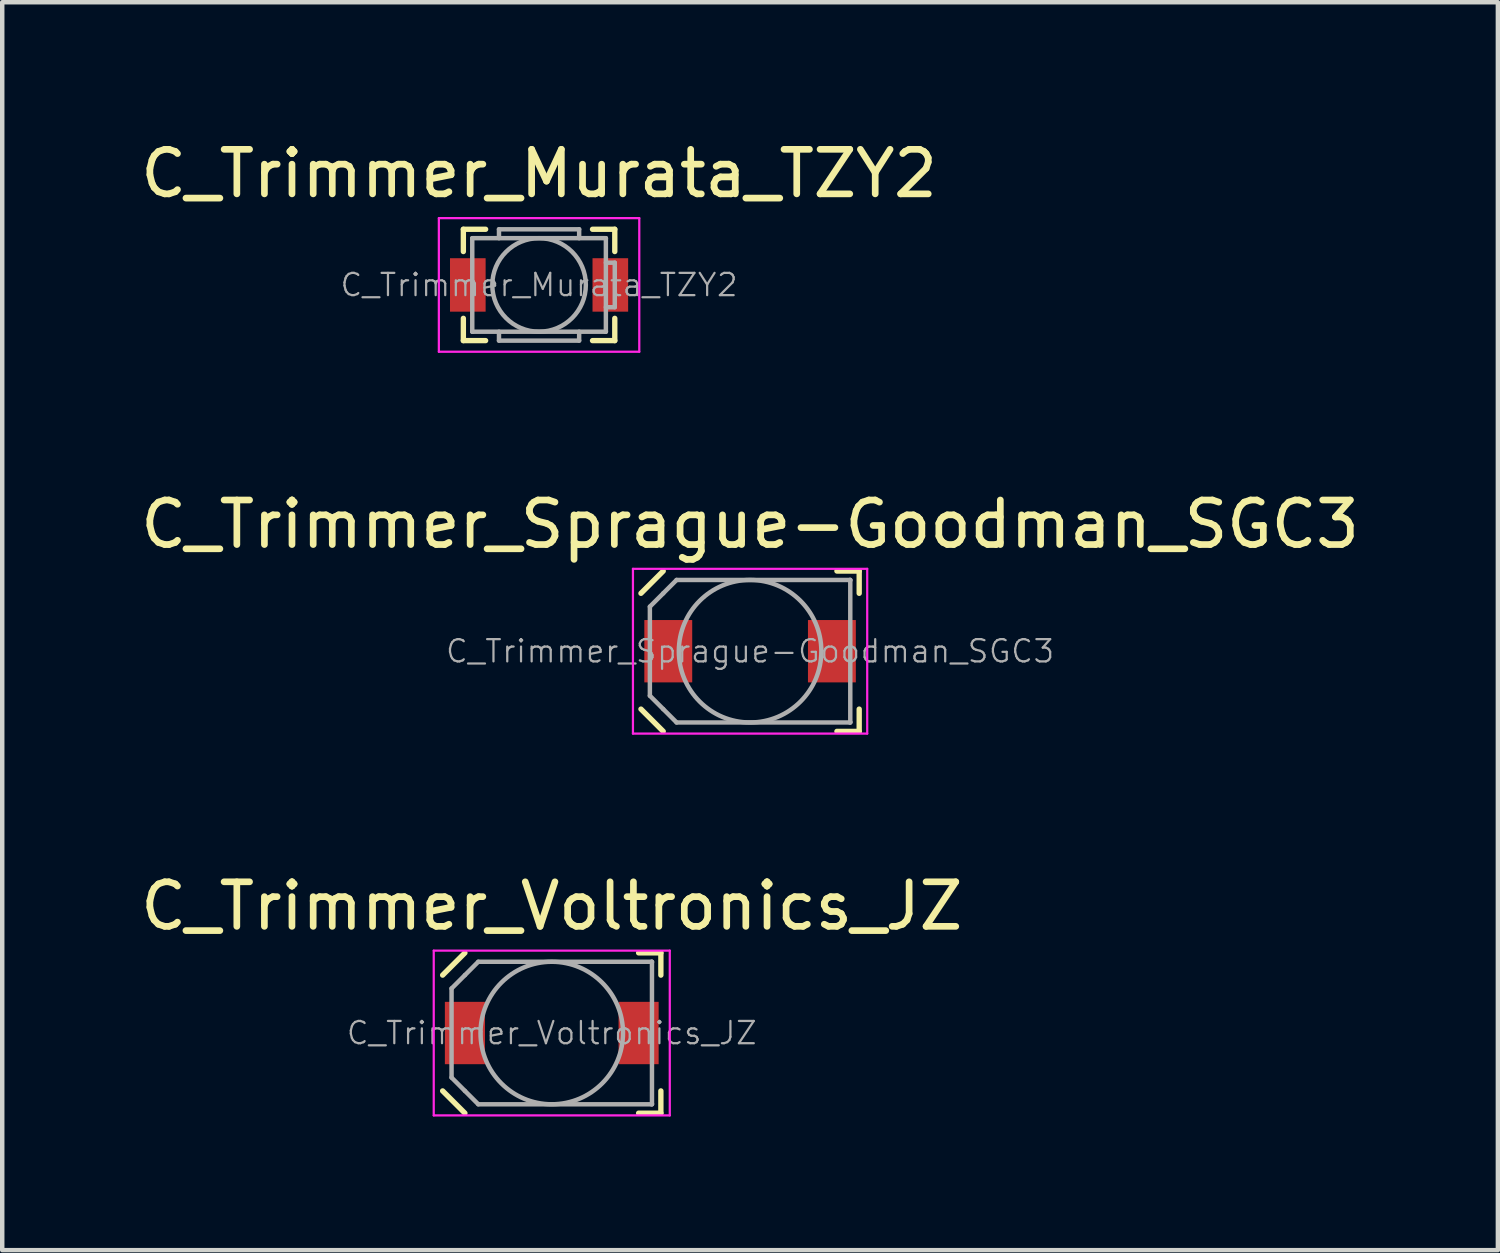
<source format=kicad_pcb>
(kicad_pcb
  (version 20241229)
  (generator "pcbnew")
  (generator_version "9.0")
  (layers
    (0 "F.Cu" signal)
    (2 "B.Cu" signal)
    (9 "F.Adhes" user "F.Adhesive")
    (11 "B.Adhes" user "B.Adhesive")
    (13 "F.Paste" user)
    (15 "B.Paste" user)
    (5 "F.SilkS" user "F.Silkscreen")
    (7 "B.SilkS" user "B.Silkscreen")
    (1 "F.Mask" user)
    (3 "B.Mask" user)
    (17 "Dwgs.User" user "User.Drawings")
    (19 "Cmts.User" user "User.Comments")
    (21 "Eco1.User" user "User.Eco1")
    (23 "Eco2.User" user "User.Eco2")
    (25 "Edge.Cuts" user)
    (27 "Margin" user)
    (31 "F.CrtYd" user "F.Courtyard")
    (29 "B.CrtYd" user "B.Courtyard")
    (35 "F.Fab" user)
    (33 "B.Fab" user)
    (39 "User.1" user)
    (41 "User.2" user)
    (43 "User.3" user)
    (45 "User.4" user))
  (footprint "C_Trimmer_Voltronics_JZ"
    (layer "F.Cu")
    (at 9.339 20.145)
    (property "Reference" "C_Trimmer_Voltronics_JZ" (at 0 -2.85 0) (layer "F.SilkS") (effects (font (size 1 1) (thickness 0.15))))
    (attr smd)
    (fp_line (start -2.45 -1.3) (end -1.95 -1.8) (stroke (width 0.12) (type solid)) (layer "F.SilkS"))
    (fp_line (start -2.45 1.3) (end -1.95 1.8) (stroke (width 0.12) (type solid)) (layer "F.SilkS"))
    (fp_line (start 2.45 -1.8) (end 1.95 -1.8) (stroke (width 0.12) (type solid)) (layer "F.SilkS"))
    (fp_line (start 2.45 -1.8) (end 2.45 -1.3) (stroke (width 0.12) (type solid)) (layer "F.SilkS"))
    (fp_line (start 2.45 1.8) (end 1.95 1.8) (stroke (width 0.12) (type solid)) (layer "F.SilkS"))
    (fp_line (start 2.45 1.8) (end 2.45 1.3) (stroke (width 0.12) (type solid)) (layer "F.SilkS"))
    (fp_line (start -2.65 -1.85) (end -2.65 1.85) (stroke (width 0.05) (type solid)) (layer "F.CrtYd"))
    (fp_line (start -2.65 1.85) (end 2.65 1.85) (stroke (width 0.05) (type solid)) (layer "F.CrtYd"))
    (fp_line (start 2.65 -1.85) (end -2.65 -1.85) (stroke (width 0.05) (type solid)) (layer "F.CrtYd"))
    (fp_line (start 2.65 1.85) (end 2.65 -1.85) (stroke (width 0.05) (type solid)) (layer "F.CrtYd"))
    (fp_line (start -2.25 -1) (end -1.95 -1.3) (stroke (width 0.1) (type solid)) (layer "F.Fab"))
    (fp_line (start -2.25 1) (end -2.25 -1) (stroke (width 0.1) (type solid)) (layer "F.Fab"))
    (fp_line (start -1.95 -1.3) (end -1.65 -1.6) (stroke (width 0.1) (type solid)) (layer "F.Fab"))
    (fp_line (start -1.95 1.3) (end -2.25 1) (stroke (width 0.1) (type solid)) (layer "F.Fab"))
    (fp_line (start -1.65 -1.6) (end 2.24 -1.6) (stroke (width 0.1) (type solid)) (layer "F.Fab"))
    (fp_line (start -1.65 1.6) (end -1.95 1.3) (stroke (width 0.1) (type solid)) (layer "F.Fab"))
    (fp_line (start 2.24 -1.6) (end 2.25 -1.6) (stroke (width 0.1) (type solid)) (layer "F.Fab"))
    (fp_line (start 2.24 1.6) (end -1.65 1.6) (stroke (width 0.1) (type solid)) (layer "F.Fab"))
    (fp_line (start 2.25 -1.6) (end 2.25 -1.59) (stroke (width 0.1) (type solid)) (layer "F.Fab"))
    (fp_line (start 2.25 -1.59) (end 2.25 1.59) (stroke (width 0.1) (type solid)) (layer "F.Fab"))
    (fp_line (start 2.25 1.59) (end 2.25 1.6) (stroke (width 0.1) (type solid)) (layer "F.Fab"))
    (fp_line (start 2.25 1.6) (end 2.24 1.6) (stroke (width 0.1) (type solid)) (layer "F.Fab"))
    (fp_circle (center 0 0) (end 1.6 0) (stroke (width 0.1) (type solid)) (fill no) (layer "F.Fab"))
    (fp_text user "${REFERENCE}" (at 0 0 0) (layer "F.Fab") (effects (font (size 0.5 0.5) (thickness 0.05))))
    (pad "1" smd rect (at -1.95 0) (size 0.9 1.4) (layers "F.Cu" "F.Mask" "F.Paste"))
    (pad "2" smd rect (at 1.95 0) (size 0.9 1.4) (layers "F.Cu" "F.Mask" "F.Paste")))
  (footprint "C_Trimmer_Murata_TZY2"
    (layer "F.Cu")
    (at 9.054 3.348)
    (property "Reference" "C_Trimmer_Murata_TZY2" (at 0 -2.5 0) (layer "F.SilkS") (effects (font (size 1 1) (thickness 0.15))))
    (attr smd)
    (fp_line (start -1.7 -1.25) (end -1.7 -0.75) (stroke (width 0.12) (type solid)) (layer "F.SilkS"))
    (fp_line (start -1.7 -1.25) (end -1.2 -1.25) (stroke (width 0.12) (type solid)) (layer "F.SilkS"))
    (fp_line (start -1.7 1.25) (end -1.7 0.75) (stroke (width 0.12) (type solid)) (layer "F.SilkS"))
    (fp_line (start -1.7 1.25) (end -1.2 1.25) (stroke (width 0.12) (type solid)) (layer "F.SilkS"))
    (fp_line (start 1.7 -1.25) (end 1.2 -1.25) (stroke (width 0.12) (type solid)) (layer "F.SilkS"))
    (fp_line (start 1.7 -1.25) (end 1.7 -0.75) (stroke (width 0.12) (type solid)) (layer "F.SilkS"))
    (fp_line (start 1.7 1.25) (end 1.2 1.25) (stroke (width 0.12) (type solid)) (layer "F.SilkS"))
    (fp_line (start 1.7 1.25) (end 1.7 0.75) (stroke (width 0.12) (type solid)) (layer "F.SilkS"))
    (fp_line (start -2.25 -1.5) (end -2.25 1.5) (stroke (width 0.05) (type solid)) (layer "F.CrtYd"))
    (fp_line (start -2.25 1.5) (end 2.25 1.5) (stroke (width 0.05) (type solid)) (layer "F.CrtYd"))
    (fp_line (start 2.25 -1.5) (end -2.25 -1.5) (stroke (width 0.05) (type solid)) (layer "F.CrtYd"))
    (fp_line (start 2.25 1.5) (end 2.25 -1.5) (stroke (width 0.05) (type solid)) (layer "F.CrtYd"))
    (fp_line (start -1.5 -1.05) (end -1.49 -1.05) (stroke (width 0.1) (type solid)) (layer "F.Fab"))
    (fp_line (start -1.5 -1.04) (end -1.5 -1.05) (stroke (width 0.1) (type solid)) (layer "F.Fab"))
    (fp_line (start -1.5 1.04) (end -1.5 -1.04) (stroke (width 0.1) (type solid)) (layer "F.Fab"))
    (fp_line (start -1.5 1.05) (end -1.5 1.04) (stroke (width 0.1) (type solid)) (layer "F.Fab"))
    (fp_line (start -1.49 -1.05) (end 1.49 -1.05) (stroke (width 0.1) (type solid)) (layer "F.Fab"))
    (fp_line (start -1.49 1.05) (end -1.5 1.05) (stroke (width 0.1) (type solid)) (layer "F.Fab"))
    (fp_line (start -0.9 -1.25) (end 0.9 -1.25) (stroke (width 0.1) (type solid)) (layer "F.Fab"))
    (fp_line (start -0.9 -1.05) (end -0.9 -1.25) (stroke (width 0.1) (type solid)) (layer "F.Fab"))
    (fp_line (start -0.9 1.05) (end -0.9 1.25) (stroke (width 0.1) (type solid)) (layer "F.Fab"))
    (fp_line (start -0.9 1.25) (end 0.9 1.25) (stroke (width 0.1) (type solid)) (layer "F.Fab"))
    (fp_line (start 0.9 -1.25) (end 0.9 -1.05) (stroke (width 0.1) (type solid)) (layer "F.Fab"))
    (fp_line (start 0.9 1.25) (end 0.9 1.05) (stroke (width 0.1) (type solid)) (layer "F.Fab"))
    (fp_line (start 1.49 -1.05) (end 1.5 -1.05) (stroke (width 0.1) (type solid)) (layer "F.Fab"))
    (fp_line (start 1.49 1.05) (end -1.49 1.05) (stroke (width 0.1) (type solid)) (layer "F.Fab"))
    (fp_line (start 1.5 -1.05) (end 1.5 -1.04) (stroke (width 0.1) (type solid)) (layer "F.Fab"))
    (fp_line (start 1.5 -1.04) (end 1.5 1.04) (stroke (width 0.1) (type solid)) (layer "F.Fab"))
    (fp_line (start 1.5 -0.5) (end 1.7 -0.5) (stroke (width 0.1) (type solid)) (layer "F.Fab"))
    (fp_line (start 1.5 1.04) (end 1.5 1.05) (stroke (width 0.1) (type solid)) (layer "F.Fab"))
    (fp_line (start 1.5 1.05) (end 1.49 1.05) (stroke (width 0.1) (type solid)) (layer "F.Fab"))
    (fp_line (start 1.7 -0.5) (end 1.7 0.5) (stroke (width 0.1) (type solid)) (layer "F.Fab"))
    (fp_line (start 1.7 0.5) (end 1.5 0.5) (stroke (width 0.1) (type solid)) (layer "F.Fab"))
    (fp_circle (center 0 0) (end 1.05 0) (stroke (width 0.1) (type solid)) (fill no) (layer "F.Fab"))
    (fp_text user "${REFERENCE}" (at 0 0 0) (layer "F.Fab") (effects (font (size 0.5 0.5) (thickness 0.05))))
    (pad "1" smd rect (at -1.6 0) (size 0.8 1.2) (layers "F.Cu" "F.Mask" "F.Paste"))
    (pad "2" smd rect (at 1.6 0) (size 0.8 1.2) (layers "F.Cu" "F.Mask" "F.Paste")))
  (footprint "C_Trimmer_Sprague-Goodman_SGC3"
    (layer "F.Cu")
    (at 13.792 11.572)
    (property "Reference" "C_Trimmer_Sprague-Goodman_SGC3" (at 0 -2.85 0) (layer "F.SilkS") (effects (font (size 1 1) (thickness 0.15))))
    (attr smd)
    (fp_line (start -2.45 -1.3) (end -1.95 -1.8) (stroke (width 0.12) (type solid)) (layer "F.SilkS"))
    (fp_line (start -2.45 1.3) (end -1.95 1.8) (stroke (width 0.12) (type solid)) (layer "F.SilkS"))
    (fp_line (start 2.45 -1.8) (end 1.95 -1.8) (stroke (width 0.12) (type solid)) (layer "F.SilkS"))
    (fp_line (start 2.45 -1.8) (end 2.45 -1.3) (stroke (width 0.12) (type solid)) (layer "F.SilkS"))
    (fp_line (start 2.45 1.8) (end 1.95 1.8) (stroke (width 0.12) (type solid)) (layer "F.SilkS"))
    (fp_line (start 2.45 1.8) (end 2.45 1.3) (stroke (width 0.12) (type solid)) (layer "F.SilkS"))
    (fp_line (start -2.63 -1.85) (end -2.63 1.85) (stroke (width 0.05) (type solid)) (layer "F.CrtYd"))
    (fp_line (start -2.63 1.85) (end 2.63 1.85) (stroke (width 0.05) (type solid)) (layer "F.CrtYd"))
    (fp_line (start 2.63 -1.85) (end -2.63 -1.85) (stroke (width 0.05) (type solid)) (layer "F.CrtYd"))
    (fp_line (start 2.63 1.85) (end 2.63 -1.85) (stroke (width 0.05) (type solid)) (layer "F.CrtYd"))
    (fp_line (start -2.25 -1) (end -1.95 -1.3) (stroke (width 0.1) (type solid)) (layer "F.Fab"))
    (fp_line (start -2.25 1) (end -2.25 -1) (stroke (width 0.1) (type solid)) (layer "F.Fab"))
    (fp_line (start -1.95 -1.3) (end -1.65 -1.6) (stroke (width 0.1) (type solid)) (layer "F.Fab"))
    (fp_line (start -1.95 1.3) (end -2.25 1) (stroke (width 0.1) (type solid)) (layer "F.Fab"))
    (fp_line (start -1.65 -1.6) (end 2.24 -1.6) (stroke (width 0.1) (type solid)) (layer "F.Fab"))
    (fp_line (start -1.65 1.6) (end -1.95 1.3) (stroke (width 0.1) (type solid)) (layer "F.Fab"))
    (fp_line (start 2.24 -1.6) (end 2.25 -1.6) (stroke (width 0.1) (type solid)) (layer "F.Fab"))
    (fp_line (start 2.24 1.6) (end -1.65 1.6) (stroke (width 0.1) (type solid)) (layer "F.Fab"))
    (fp_line (start 2.25 -1.6) (end 2.25 -1.59) (stroke (width 0.1) (type solid)) (layer "F.Fab"))
    (fp_line (start 2.25 -1.59) (end 2.25 1.59) (stroke (width 0.1) (type solid)) (layer "F.Fab"))
    (fp_line (start 2.25 1.59) (end 2.25 1.6) (stroke (width 0.1) (type solid)) (layer "F.Fab"))
    (fp_line (start 2.25 1.6) (end 2.24 1.6) (stroke (width 0.1) (type solid)) (layer "F.Fab"))
    (fp_circle (center 0 0) (end 1.6 0) (stroke (width 0.1) (type solid)) (fill no) (layer "F.Fab"))
    (fp_text user "${REFERENCE}" (at 0 0 0) (layer "F.Fab") (effects (font (size 0.5 0.5) (thickness 0.05))))
    (pad "1" smd rect (at -1.837 0) (size 1.075 1.4) (layers "F.Cu" "F.Mask" "F.Paste"))
    (pad "2" smd rect (at 1.837 0) (size 1.075 1.4) (layers "F.Cu" "F.Mask" "F.Paste")))
  (gr_rect
    (start -3 -3)
    (end 30.583 25.02)
    (stroke (width 0.1) (type default))
    (fill no)
    (layer "Edge.Cuts")))
</source>
